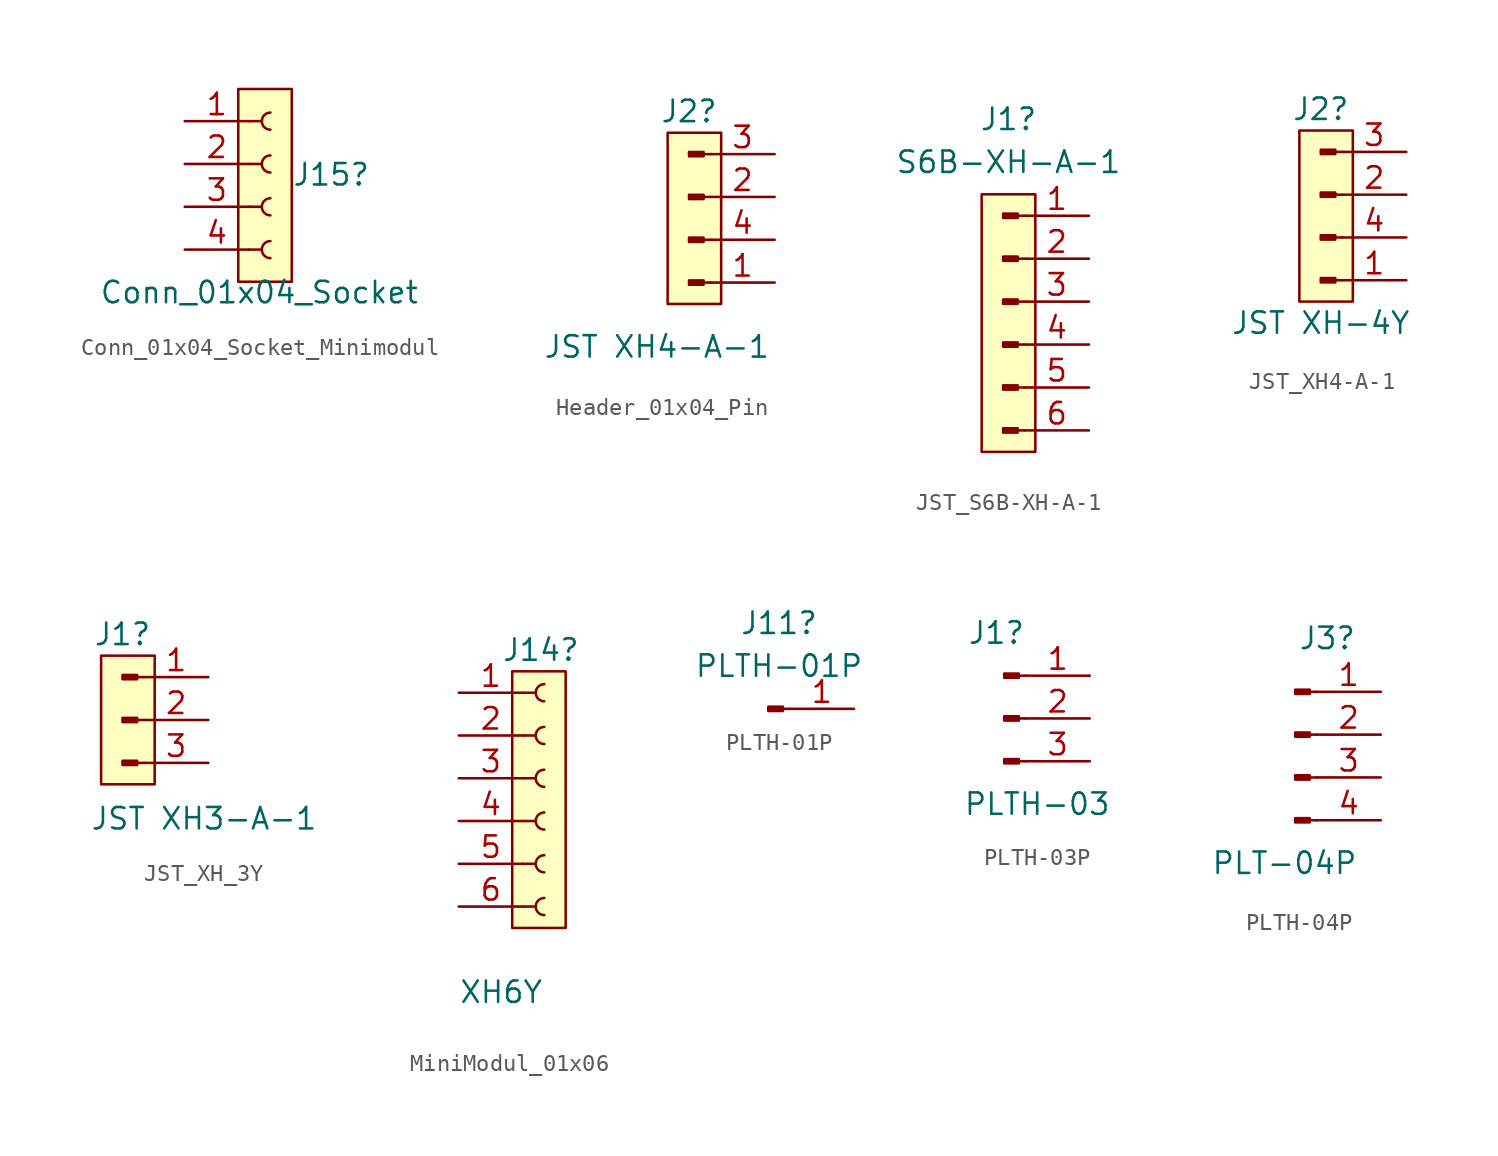
<source format=kicad_sym>
(kicad_symbol_lib
  (version 20220914)
  (generator kicad_symbol_editor)
  (symbol "Conn_01x04_Socket_Minimodul"
    (pin_names
      (offset 1.016) hide)
    (property "Reference" "J15"
      (at 1.27 -0.635 0)
      (effects (font (size 1.27 1.27)) (justify left)))
    (property "Value" "Conn_01x04_Socket"
      (at -10.16 -7.62 0)
      (effects (font (size 1.27 1.27)) (justify left)))
    (property "ki_locked" ""
      (at 0 0 0)
      (effects (font (size 1.27 1.27))))
    (symbol "Conn_01x04_Socket_Minimodul_1_1"
      (rectangle (start -1.905 4.445) (end 1.27 -6.985) (stroke (width 0) (type default)) (fill (type background)))
      (arc (start 0 -4.572) (mid -0.5058 -5.08) (end 0 -5.588) (stroke (width 0.1524) (type default)) (fill (type none)))
      (arc (start 0 -2.032) (mid -0.5058 -2.54) (end 0 -3.048) (stroke (width 0.1524) (type default)) (fill (type none)))
      (polyline (pts (xy -1.27 -5.08) (xy -0.508 -5.08)) (stroke (width 0.152) (type default)) (fill (type none)))
      (polyline (pts (xy -1.27 -2.54) (xy -0.508 -2.54)) (stroke (width 0.152) (type default)) (fill (type none)))
      (polyline (pts (xy -1.27 0) (xy -0.508 0)) (stroke (width 0.152) (type default)) (fill (type none)))
      (polyline (pts (xy -1.27 2.54) (xy -0.508 2.54)) (stroke (width 0.152) (type default)) (fill (type none)))
      (arc (start 0 0.508) (mid -0.5058 0) (end 0 -0.508) (stroke (width 0.1524) (type default)) (fill (type none)))
      (arc (start 0 3.048) (mid -0.5058 2.54) (end 0 2.032) (stroke (width 0.1524) (type default)) (fill (type none)))
      (pin passive line (at -5.08 2.54 0) (length 3.81) (name "Pin_1" (effects (font (size 1.27 1.27)))) (number "1" (effects (font (size 1.27 1.27)))))
      (pin passive line (at -5.08 0 0) (length 3.81) (name "Pin_2" (effects (font (size 1.27 1.27)))) (number "2" (effects (font (size 1.27 1.27)))))
      (pin passive line (at -5.08 -2.54 0) (length 3.81) (name "Pin_3" (effects (font (size 1.27 1.27)))) (number "3" (effects (font (size 1.27 1.27)))))
      (pin passive line (at -5.08 -5.08 0) (length 3.81) (name "Pin_4" (effects (font (size 1.27 1.27)))) (number "4" (effects (font (size 1.27 1.27)))))))
  (symbol "Header_01x04_Pin"
    (pin_names
      (offset 1.016) hide)
    (property "Reference" "J2"
      (at 0 5.08 0)
      (effects (font (size 1.27 1.27))))
    (property "Value" "JST XH4-A-1"
      (at -1.905 -8.89 0)
      (effects (font (size 1.27 1.27))))
    (property "ki_locked" ""
      (at 0 0 0)
      (effects (font (size 1.27 1.27))))
    (symbol "Header_01x04_Pin_1_1"
      (rectangle (start -1.27 3.81) (end 1.905 -6.35) (stroke (width 0) (type default)) (fill (type background)))
      (rectangle (start 0 -4.953) (end 0.864 -5.207) (stroke (width 0.152) (type default)) (fill (type outline)))
      (polyline (pts (xy 1.27 -5.08) (xy 0.864 -5.08)) (stroke (width 0.152) (type default)) (fill (type none)))
      (polyline (pts (xy 1.27 -2.54) (xy 0.864 -2.54)) (stroke (width 0.152) (type default)) (fill (type none)))
      (polyline (pts (xy 1.27 0) (xy 0.864 0)) (stroke (width 0.152) (type default)) (fill (type none)))
      (polyline (pts (xy 1.27 2.54) (xy 0.864 2.54)) (stroke (width 0.152) (type default)) (fill (type none)))
      (rectangle (start 0.864 -2.413) (end 0 -2.667) (stroke (width 0.152) (type default)) (fill (type outline)))
      (rectangle (start 0.864 0.127) (end 0 -0.127) (stroke (width 0.152) (type default)) (fill (type outline)))
      (rectangle (start 0.864 2.667) (end 0 2.413) (stroke (width 0.152) (type default)) (fill (type outline)))
      (pin passive line (at 5.08 -5.08 180) (length 3.81) (name "Pin_1" (effects (font (size 1.27 1.27)))) (number "1" (effects (font (size 1.27 1.27)))))
      (pin passive line (at 5.08 0 180) (length 3.81) (name "Pin_2" (effects (font (size 1.27 1.27)))) (number "2" (effects (font (size 1.27 1.27)))))
      (pin passive line (at 5.08 2.54 180) (length 3.81) (name "Pin_3" (effects (font (size 1.27 1.27)))) (number "3" (effects (font (size 1.27 1.27)))))
      (pin passive line (at 5.08 -2.54 180) (length 3.81) (name "Pin_4" (effects (font (size 1.27 1.27)))) (number "4" (effects (font (size 1.27 1.27)))))))
  (symbol "JST_S6B-XH-A-1"
    (pin_names
      (offset 1.016) hide)
    (property "Reference" "J1"
      (at 0.318 8.255 0)
      (effects (font (size 1.27 1.27))))
    (property "Value" "S6B-XH-A-1"
      (at 0.318 5.715 0)
      (effects (font (size 1.27 1.27))))
    (property "ki_locked" ""
      (at 0 0 0)
      (effects (font (size 1.27 1.27))))
    (symbol "JST_S6B-XH-A-1_1_1"
      (rectangle (start -1.27 3.81) (end 1.905 -11.43) (stroke (width 0) (type default)) (fill (type background)))
      (rectangle (start 0 -10.033) (end 0.864 -10.287) (stroke (width 0.152) (type default)) (fill (type outline)))
      (rectangle (start 0 -7.493) (end 0.864 -7.747) (stroke (width 0.152) (type default)) (fill (type outline)))
      (rectangle (start 0 -4.953) (end 0.864 -5.207) (stroke (width 0.152) (type default)) (fill (type outline)))
      (rectangle (start 0 -2.413) (end 0.864 -2.667) (stroke (width 0.152) (type default)) (fill (type outline)))
      (polyline (pts (xy 1.27 -10.16) (xy 0.864 -10.16)) (stroke (width 0.152) (type default)) (fill (type none)))
      (polyline (pts (xy 1.27 -7.62) (xy 0.864 -7.62)) (stroke (width 0.152) (type default)) (fill (type none)))
      (polyline (pts (xy 1.27 -5.08) (xy 0.864 -5.08)) (stroke (width 0.152) (type default)) (fill (type none)))
      (polyline (pts (xy 1.27 -2.54) (xy 0.864 -2.54)) (stroke (width 0.152) (type default)) (fill (type none)))
      (polyline (pts (xy 1.27 0) (xy 0.864 0)) (stroke (width 0.152) (type default)) (fill (type none)))
      (polyline (pts (xy 1.27 2.54) (xy 0.864 2.54)) (stroke (width 0.152) (type default)) (fill (type none)))
      (rectangle (start 0.864 0.127) (end 0 -0.127) (stroke (width 0.152) (type default)) (fill (type outline)))
      (rectangle (start 0.864 2.667) (end 0 2.413) (stroke (width 0.152) (type default)) (fill (type outline)))
      (pin passive line (at 5.08 2.54 180) (length 3.81) (name "Pin_1" (effects (font (size 1.27 1.27)))) (number "1" (effects (font (size 1.27 1.27)))))
      (pin passive line (at 5.08 0 180) (length 3.81) (name "Pin_2" (effects (font (size 1.27 1.27)))) (number "2" (effects (font (size 1.27 1.27)))))
      (pin passive line (at 5.08 -2.54 180) (length 3.81) (name "Pin_3" (effects (font (size 1.27 1.27)))) (number "3" (effects (font (size 1.27 1.27)))))
      (pin passive line (at 5.08 -5.08 180) (length 3.81) (name "Pin_4" (effects (font (size 1.27 1.27)))) (number "4" (effects (font (size 1.27 1.27)))))
      (pin passive line (at 5.08 -7.62 180) (length 3.81) (name "Pin_5" (effects (font (size 1.27 1.27)))) (number "5" (effects (font (size 1.27 1.27)))))
      (pin passive line (at 5.08 -10.16 180) (length 3.81) (name "Pin_6" (effects (font (size 1.27 1.27)))) (number "6" (effects (font (size 1.27 1.27)))))))
  (symbol "JST_XH4-A-1"
    (pin_names
      (offset 1.016) hide)
    (property "Reference" "J2"
      (at 0 5.08 0)
      (effects (font (size 1.27 1.27))))
    (property "Value" "JST XH-4Y"
      (at 0 -7.62 0)
      (effects (font (size 1.27 1.27))))
    (property "ki_locked" ""
      (at 0 0 0)
      (effects (font (size 1.27 1.27))))
    (symbol "JST_XH4-A-1_1_1"
      (rectangle (start -1.27 3.81) (end 1.905 -6.35) (stroke (width 0) (type default)) (fill (type background)))
      (rectangle (start 0 -4.953) (end 0.864 -5.207) (stroke (width 0.152) (type default)) (fill (type outline)))
      (polyline (pts (xy 1.27 -5.08) (xy 0.864 -5.08)) (stroke (width 0.152) (type default)) (fill (type none)))
      (polyline (pts (xy 1.27 -2.54) (xy 0.864 -2.54)) (stroke (width 0.152) (type default)) (fill (type none)))
      (polyline (pts (xy 1.27 0) (xy 0.864 0)) (stroke (width 0.152) (type default)) (fill (type none)))
      (polyline (pts (xy 1.27 2.54) (xy 0.864 2.54)) (stroke (width 0.152) (type default)) (fill (type none)))
      (rectangle (start 0.864 -2.413) (end 0 -2.667) (stroke (width 0.152) (type default)) (fill (type outline)))
      (rectangle (start 0.864 0.127) (end 0 -0.127) (stroke (width 0.152) (type default)) (fill (type outline)))
      (rectangle (start 0.864 2.667) (end 0 2.413) (stroke (width 0.152) (type default)) (fill (type outline)))
      (pin passive line (at 5.08 -5.08 180) (length 3.81) (name "Pin_1" (effects (font (size 1.27 1.27)))) (number "1" (effects (font (size 1.27 1.27)))))
      (pin passive line (at 5.08 0 180) (length 3.81) (name "Pin_2" (effects (font (size 1.27 1.27)))) (number "2" (effects (font (size 1.27 1.27)))))
      (pin passive line (at 5.08 2.54 180) (length 3.81) (name "Pin_3" (effects (font (size 1.27 1.27)))) (number "3" (effects (font (size 1.27 1.27)))))
      (pin passive line (at 5.08 -2.54 180) (length 3.81) (name "Pin_4" (effects (font (size 1.27 1.27)))) (number "4" (effects (font (size 1.27 1.27)))))))
  (symbol "JST_XH_3Y"
    (pin_names
      (offset 1.016) hide)
    (property "Reference" "J1"
      (at 0 5.08 0)
      (effects (font (size 1.27 1.27))))
    (property "Value" "JST XH3-A-1"
      (at 4.826 -5.842 0)
      (effects (font (size 1.27 1.27))))
    (property "ki_locked" ""
      (at 0 0 0)
      (effects (font (size 1.27 1.27))))
    (symbol "JST_XH_3Y_1_1"
      (rectangle (start -1.27 3.81) (end 1.905 -3.81) (stroke (width 0) (type default)) (fill (type background)))
      (polyline (pts (xy 1.27 -2.54) (xy 0.864 -2.54)) (stroke (width 0.152) (type default)) (fill (type none)))
      (polyline (pts (xy 1.27 0) (xy 0.864 0)) (stroke (width 0.152) (type default)) (fill (type none)))
      (polyline (pts (xy 1.27 2.54) (xy 0.864 2.54)) (stroke (width 0.152) (type default)) (fill (type none)))
      (rectangle (start 0.864 -2.413) (end 0 -2.667) (stroke (width 0.152) (type default)) (fill (type outline)))
      (rectangle (start 0.864 0.127) (end 0 -0.127) (stroke (width 0.152) (type default)) (fill (type outline)))
      (rectangle (start 0.864 2.667) (end 0 2.413) (stroke (width 0.152) (type default)) (fill (type outline)))
      (pin passive line (at 5.08 2.54 180) (length 3.81) (name "Pin_1" (effects (font (size 1.27 1.27)))) (number "1" (effects (font (size 1.27 1.27)))))
      (pin passive line (at 5.08 0 180) (length 3.81) (name "Pin_2" (effects (font (size 1.27 1.27)))) (number "2" (effects (font (size 1.27 1.27)))))
      (pin passive line (at 5.08 -2.54 180) (length 3.81) (name "Pin_3" (effects (font (size 1.27 1.27)))) (number "3" (effects (font (size 1.27 1.27)))))))
  (symbol "MiniModul_01x06"
    (pin_names
      (offset 1.016) hide)
    (property "Reference" "J14"
      (at -2.54 5.08 0)
      (effects (font (size 1.27 1.27)) (justify left)))
    (property "Value" "XH6Y"
      (at -5.08 -15.24 0)
      (effects (font (size 1.27 1.27)) (justify left)))
    (property "ki_locked" ""
      (at 0 0 0)
      (effects (font (size 1.27 1.27))))
    (symbol "MiniModul_01x06_1_1"
      (rectangle (start -1.905 3.81) (end 1.27 -11.43) (stroke (width 0) (type default)) (fill (type background)))
      (arc (start 0 -9.652) (mid -0.5058 -10.16) (end 0 -10.668) (stroke (width 0.1524) (type default)) (fill (type none)))
      (arc (start 0 -7.112) (mid -0.5058 -7.62) (end 0 -8.128) (stroke (width 0.1524) (type default)) (fill (type none)))
      (arc (start 0 -4.572) (mid -0.5058 -5.08) (end 0 -5.588) (stroke (width 0.1524) (type default)) (fill (type none)))
      (arc (start 0 -2.032) (mid -0.5058 -2.54) (end 0 -3.048) (stroke (width 0.1524) (type default)) (fill (type none)))
      (polyline (pts (xy -1.27 -10.16) (xy -0.508 -10.16)) (stroke (width 0.152) (type default)) (fill (type none)))
      (polyline (pts (xy -1.27 -7.62) (xy -0.508 -7.62)) (stroke (width 0.152) (type default)) (fill (type none)))
      (polyline (pts (xy -1.27 -5.08) (xy -0.508 -5.08)) (stroke (width 0.152) (type default)) (fill (type none)))
      (polyline (pts (xy -1.27 -2.54) (xy -0.508 -2.54)) (stroke (width 0.152) (type default)) (fill (type none)))
      (polyline (pts (xy -1.27 0) (xy -0.508 0)) (stroke (width 0.152) (type default)) (fill (type none)))
      (polyline (pts (xy -1.27 2.54) (xy -0.508 2.54)) (stroke (width 0.152) (type default)) (fill (type none)))
      (arc (start 0 0.508) (mid -0.5058 0) (end 0 -0.508) (stroke (width 0.1524) (type default)) (fill (type none)))
      (arc (start 0 3.048) (mid -0.5058 2.54) (end 0 2.032) (stroke (width 0.1524) (type default)) (fill (type none)))
      (pin passive line (at -5.08 2.54 0) (length 3.81) (name "Pin_1" (effects (font (size 1.27 1.27)))) (number "1" (effects (font (size 1.27 1.27)))))
      (pin passive line (at -5.08 0 0) (length 3.81) (name "Pin_2" (effects (font (size 1.27 1.27)))) (number "2" (effects (font (size 1.27 1.27)))))
      (pin passive line (at -5.08 -2.54 0) (length 3.81) (name "Pin_3" (effects (font (size 1.27 1.27)))) (number "3" (effects (font (size 1.27 1.27)))))
      (pin passive line (at -5.08 -5.08 0) (length 3.81) (name "Pin_4" (effects (font (size 1.27 1.27)))) (number "4" (effects (font (size 1.27 1.27)))))
      (pin passive line (at -5.08 -7.62 0) (length 3.81) (name "Pin_5" (effects (font (size 1.27 1.27)))) (number "5" (effects (font (size 1.27 1.27)))))
      (pin passive line (at -5.08 -10.16 0) (length 3.81) (name "Pin_6" (effects (font (size 1.27 1.27)))) (number "6" (effects (font (size 1.27 1.27)))))))
  (symbol "PLTH-01P"
    (pin_names
      (offset 1.016) hide)
    (property "Reference" "J11"
      (at 0.635 5.08 0)
      (effects (font (size 1.27 1.27))))
    (property "Value" "PLTH-01P"
      (at 0.635 2.54 0)
      (effects (font (size 1.27 1.27))))
    (symbol "PLTH-01P_1_1"
      (polyline (pts (xy 1.27 0) (xy 0.864 0)) (stroke (width 0.152) (type default)) (fill (type none)))
      (rectangle (start 0.864 0.127) (end 0 -0.127) (stroke (width 0.152) (type default)) (fill (type outline)))
      (pin passive line (at 5.08 0 180) (length 3.81) (name "Pin_1" (effects (font (size 1.27 1.27)))) (number "1" (effects (font (size 1.27 1.27)))))))
  (symbol "PLTH-03P"
    (pin_names
      (offset 1.016) hide)
    (property "Reference" "J1"
      (at 1.27 5.08 0)
      (effects (font (size 1.27 1.27)) (justify right)))
    (property "Value" "PLTH-03"
      (at 6.35 -5.08 0)
      (effects (font (size 1.27 1.27)) (justify right)))
    (symbol "PLTH-03P_1_1"
      (polyline (pts (xy 1.27 -2.54) (xy 0.864 -2.54)) (stroke (width 0.152) (type default)) (fill (type none)))
      (polyline (pts (xy 1.27 0) (xy 0.864 0)) (stroke (width 0.152) (type default)) (fill (type none)))
      (polyline (pts (xy 1.27 2.54) (xy 0.864 2.54)) (stroke (width 0.152) (type default)) (fill (type none)))
      (rectangle (start 0.864 -2.413) (end 0 -2.667) (stroke (width 0.152) (type default)) (fill (type outline)))
      (rectangle (start 0.864 0.127) (end 0 -0.127) (stroke (width 0.152) (type default)) (fill (type outline)))
      (rectangle (start 0.864 2.667) (end 0 2.413) (stroke (width 0.152) (type default)) (fill (type outline)))
      (pin passive line (at 5.08 2.54 180) (length 3.81) (name "Pin_1" (effects (font (size 1.27 1.27)))) (number "1" (effects (font (size 1.27 1.27)))))
      (pin passive line (at 5.08 0 180) (length 3.81) (name "Pin_2" (effects (font (size 1.27 1.27)))) (number "2" (effects (font (size 1.27 1.27)))))
      (pin passive line (at 5.08 -2.54 180) (length 3.81) (name "Pin_3" (effects (font (size 1.27 1.27)))) (number "3" (effects (font (size 1.27 1.27)))))))
  (symbol "PLTH-04P"
    (pin_names
      (offset 1.016) hide)
    (property "Reference" "J3"
      (at 1.905 5.715 0)
      (effects (font (size 1.27 1.27))))
    (property "Value" "PLT-04P"
      (at -0.635 -7.62 0)
      (effects (font (size 1.27 1.27))))
    (symbol "PLTH-04P_1_1"
      (polyline (pts (xy 1.27 -5.08) (xy 0.864 -5.08)) (stroke (width 0.152) (type default)) (fill (type none)))
      (polyline (pts (xy 1.27 -2.54) (xy 0.864 -2.54)) (stroke (width 0.152) (type default)) (fill (type none)))
      (polyline (pts (xy 1.27 0) (xy 0.864 0)) (stroke (width 0.152) (type default)) (fill (type none)))
      (polyline (pts (xy 1.27 2.54) (xy 0.864 2.54)) (stroke (width 0.152) (type default)) (fill (type none)))
      (rectangle (start 0.864 -4.953) (end 0 -5.207) (stroke (width 0.152) (type default)) (fill (type outline)))
      (rectangle (start 0.864 -2.413) (end 0 -2.667) (stroke (width 0.152) (type default)) (fill (type outline)))
      (rectangle (start 0.864 0.127) (end 0 -0.127) (stroke (width 0.152) (type default)) (fill (type outline)))
      (rectangle (start 0.864 2.667) (end 0 2.413) (stroke (width 0.152) (type default)) (fill (type outline)))
      (pin passive line (at 5.08 2.54 180) (length 3.81) (name "Pin_1" (effects (font (size 1.27 1.27)))) (number "1" (effects (font (size 1.27 1.27)))))
      (pin passive line (at 5.08 0 180) (length 3.81) (name "Pin_2" (effects (font (size 1.27 1.27)))) (number "2" (effects (font (size 1.27 1.27)))))
      (pin passive line (at 5.08 -2.54 180) (length 3.81) (name "Pin_3" (effects (font (size 1.27 1.27)))) (number "3" (effects (font (size 1.27 1.27)))))
      (pin passive line (at 5.08 -5.08 180) (length 3.81) (name "Pin_4" (effects (font (size 1.27 1.27)))) (number "4" (effects (font (size 1.27 1.27))))))))
</source>
